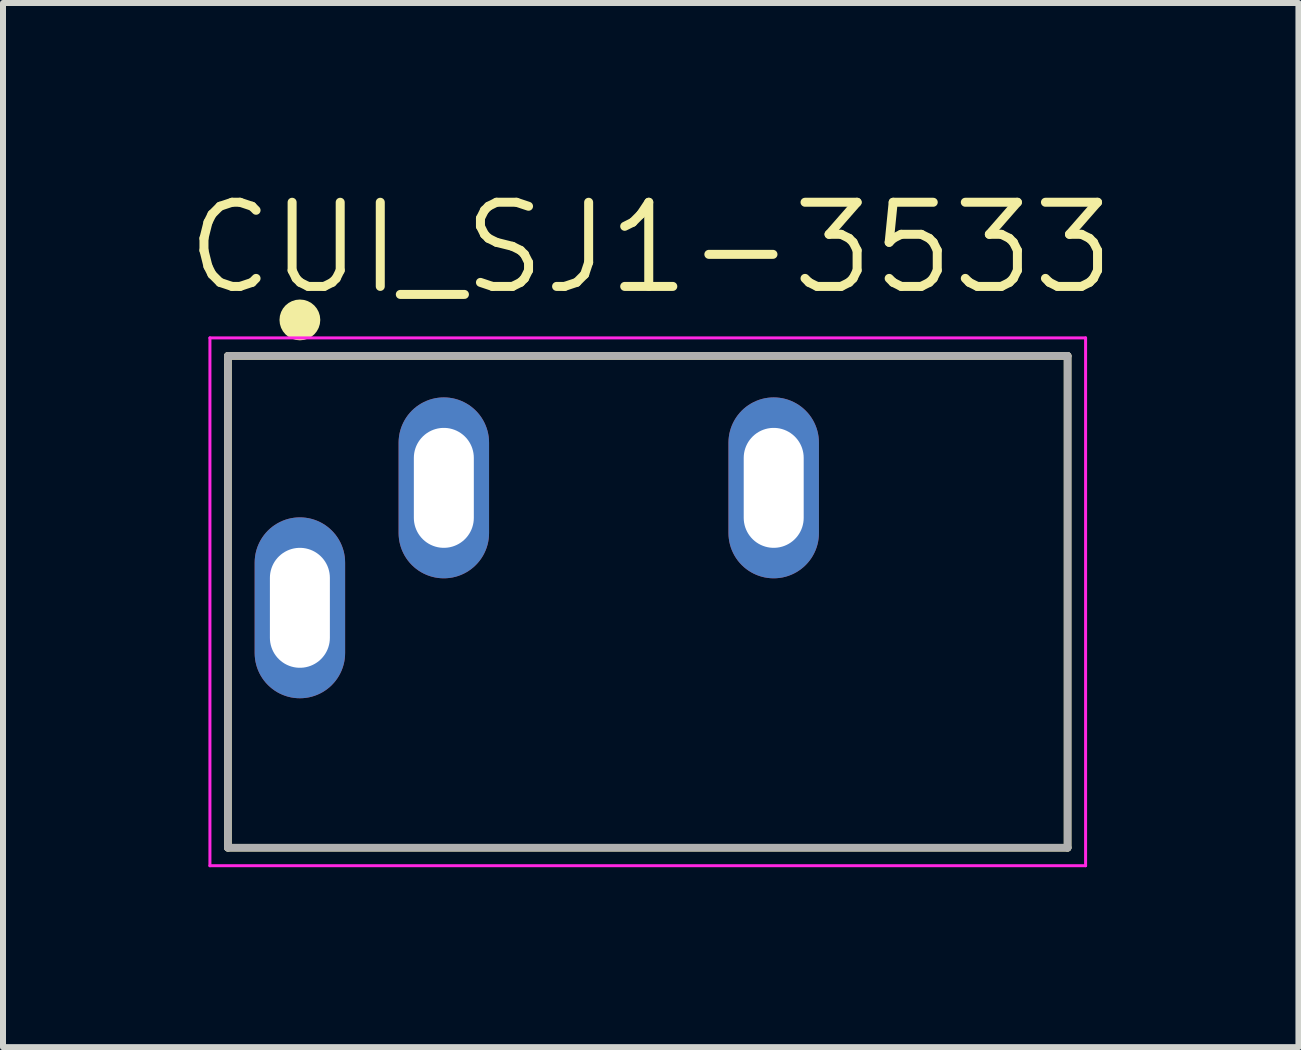
<source format=kicad_pcb>
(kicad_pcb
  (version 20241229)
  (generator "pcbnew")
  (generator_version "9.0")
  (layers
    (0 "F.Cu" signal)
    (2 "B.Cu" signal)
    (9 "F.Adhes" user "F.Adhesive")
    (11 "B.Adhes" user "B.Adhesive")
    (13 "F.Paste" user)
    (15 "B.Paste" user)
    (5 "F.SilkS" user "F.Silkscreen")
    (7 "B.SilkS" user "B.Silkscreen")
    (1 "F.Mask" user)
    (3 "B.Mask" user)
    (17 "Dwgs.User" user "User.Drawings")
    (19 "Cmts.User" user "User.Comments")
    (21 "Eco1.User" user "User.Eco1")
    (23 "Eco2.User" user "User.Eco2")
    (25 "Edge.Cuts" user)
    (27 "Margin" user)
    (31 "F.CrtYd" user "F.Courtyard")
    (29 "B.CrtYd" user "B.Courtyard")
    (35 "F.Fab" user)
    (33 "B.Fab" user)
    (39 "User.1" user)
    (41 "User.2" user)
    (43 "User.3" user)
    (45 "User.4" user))
  (footprint "CUI_SJ1-3533"
    (layer "F.Cu")
    (at 1.95 7.084)
    (property "Reference" "CUI_SJ1-3533" (at 5.85 -6 0) (layer "F.SilkS") (effects (font (size 1.403 1.403) (thickness 0.15))))
    (attr through_hole)
    (fp_line (start -1.2 -4.2) (end 12.8 -4.2) (stroke (width 0.127) (type solid)) (layer "F.SilkS"))
    (fp_line (start -1.2 4) (end -1.2 -4.2) (stroke (width 0.127) (type solid)) (layer "F.SilkS"))
    (fp_line (start 12.8 -4.2) (end 12.8 4) (stroke (width 0.127) (type solid)) (layer "F.SilkS"))
    (fp_line (start 12.8 4) (end -1.2 4) (stroke (width 0.127) (type solid)) (layer "F.SilkS"))
    (fp_circle (center 0 -4.8) (end 0.17 -4.8) (stroke (width 0.34) (type solid)) (fill no) (layer "F.SilkS"))
    (fp_line (start -1.5 -4.5) (end 13.1 -4.5) (stroke (width 0.05) (type solid)) (layer "F.CrtYd"))
    (fp_line (start -1.5 4.3) (end -1.5 -4.5) (stroke (width 0.05) (type solid)) (layer "F.CrtYd"))
    (fp_line (start 13.1 -4.5) (end 13.1 4.3) (stroke (width 0.05) (type solid)) (layer "F.CrtYd"))
    (fp_line (start 13.1 4.3) (end -1.5 4.3) (stroke (width 0.05) (type solid)) (layer "F.CrtYd"))
    (fp_line (start -1.2 -4.2) (end 12.8 -4.2) (stroke (width 0.127) (type solid)) (layer "F.Fab"))
    (fp_line (start -1.2 4) (end -1.2 -4.2) (stroke (width 0.127) (type solid)) (layer "F.Fab"))
    (fp_line (start 12.8 -4.2) (end 12.8 4) (stroke (width 0.127) (type solid)) (layer "F.Fab"))
    (fp_line (start 12.8 4) (end -1.2 4) (stroke (width 0.127) (type solid)) (layer "F.Fab"))
    (pad "R" thru_hole oval (at 7.9 -2) (size 1.508 3.016) (drill oval 1 2) (layers "*.Cu" "*.Mask"))
    (pad "S" thru_hole oval (at 0 0) (size 1.508 3.016) (drill oval 1 2) (layers "*.Cu" "*.Mask"))
    (pad "T" thru_hole oval (at 2.4 -2) (size 1.508 3.016) (drill oval 1 2) (layers "*.Cu" "*.Mask")))
  (gr_rect
    (start -3 -3)
    (end 18.599 14.409)
    (stroke (width 0.1) (type default))
    (fill no)
    (layer "Edge.Cuts")))
</source>
